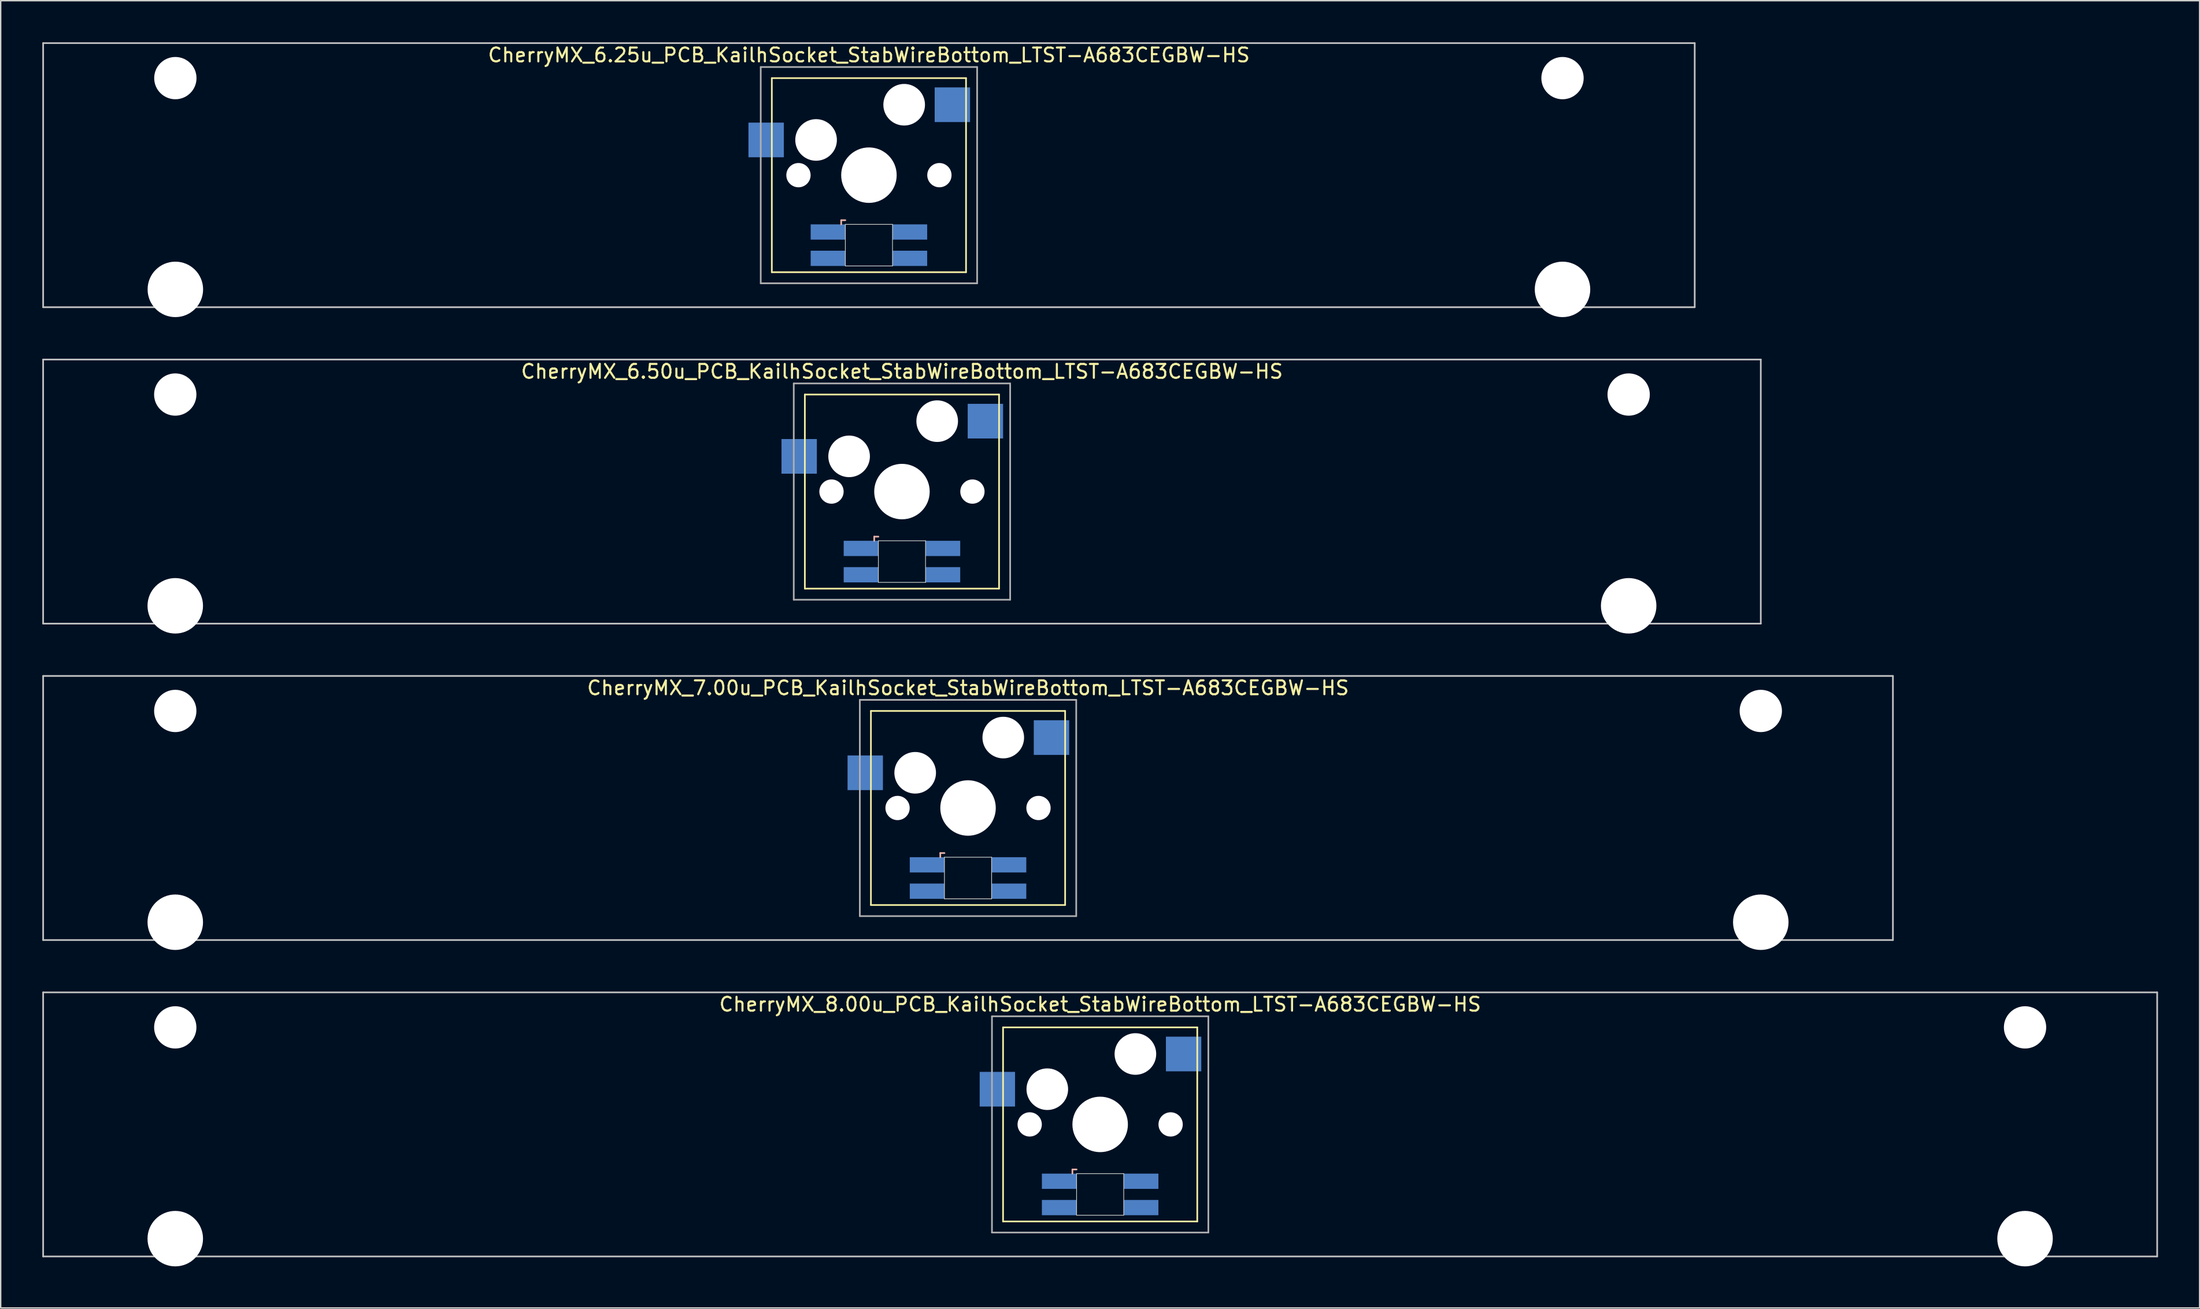
<source format=kicad_pcb>
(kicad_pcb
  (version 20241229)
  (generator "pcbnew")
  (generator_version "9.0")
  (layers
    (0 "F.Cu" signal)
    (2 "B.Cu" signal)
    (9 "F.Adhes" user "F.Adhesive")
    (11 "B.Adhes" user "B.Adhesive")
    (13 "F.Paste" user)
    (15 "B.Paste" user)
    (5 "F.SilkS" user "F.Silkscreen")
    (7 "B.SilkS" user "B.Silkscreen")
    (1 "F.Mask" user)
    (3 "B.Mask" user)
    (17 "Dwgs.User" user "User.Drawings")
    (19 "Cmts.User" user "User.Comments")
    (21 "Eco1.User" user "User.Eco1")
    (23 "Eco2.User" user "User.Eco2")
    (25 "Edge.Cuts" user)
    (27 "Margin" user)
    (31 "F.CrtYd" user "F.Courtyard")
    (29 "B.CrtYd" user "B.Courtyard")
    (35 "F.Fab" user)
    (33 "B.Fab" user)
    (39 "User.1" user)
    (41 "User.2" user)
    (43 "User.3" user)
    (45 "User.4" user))
  (footprint "CherryMX_7.00u_PCB_KailhSocket_StabWireBottom_LTST-A683CEGBW-HS"
    (layer "F.Cu")
    (at 66.735 55.235)
    (property "Reference" "CherryMX_7.00u_PCB_KailhSocket_StabWireBottom_LTST-A683CEGBW-HS" (at 0 -8.662 0) (layer "F.SilkS") (effects (font (size 1 1) (thickness 0.15))))
    (attr through_hole)
    (fp_line (start -7 -7) (end -7 7) (stroke (width 0.12) (type solid)) (layer "F.SilkS"))
    (fp_line (start -7 -7) (end 7 -7) (stroke (width 0.12) (type solid)) (layer "F.SilkS"))
    (fp_line (start 7 -7) (end 7 7) (stroke (width 0.12) (type solid)) (layer "F.SilkS"))
    (fp_line (start 7 7) (end -7 7) (stroke (width 0.12) (type solid)) (layer "F.SilkS"))
    (fp_line (start -2 3.25) (end -2 3.55) (stroke (width 0.12) (type solid)) (layer "B.SilkS"))
    (fp_line (start -1.7 3.25) (end -2 3.25) (stroke (width 0.12) (type solid)) (layer "B.SilkS"))
    (fp_line (start -66.675 -9.525) (end 66.675 -9.525) (stroke (width 0.12) (type solid)) (layer "Dwgs.User"))
    (fp_line (start -66.675 9.525) (end -66.675 -9.525) (stroke (width 0.12) (type solid)) (layer "Dwgs.User"))
    (fp_line (start 66.675 -9.525) (end 66.675 9.525) (stroke (width 0.12) (type solid)) (layer "Dwgs.User"))
    (fp_line (start 66.675 9.525) (end -66.675 9.525) (stroke (width 0.12) (type solid)) (layer "Dwgs.User"))
    (fp_line (start -1.7 3.55) (end 1.7 3.55) (stroke (width 0.05) (type solid)) (layer "Edge.Cuts"))
    (fp_line (start -1.7 6.55) (end -1.7 3.55) (stroke (width 0.05) (type solid)) (layer "Edge.Cuts"))
    (fp_line (start 1.7 3.55) (end 1.7 6.55) (stroke (width 0.05) (type solid)) (layer "Edge.Cuts"))
    (fp_line (start 1.7 6.55) (end -1.7 6.55) (stroke (width 0.05) (type solid)) (layer "Edge.Cuts"))
    (fp_line (start -7.8 -7.8) (end -7.8 7.8) (stroke (width 0.12) (type solid)) (layer "F.Fab"))
    (fp_line (start -7.8 -7.8) (end 7.8 -7.8) (stroke (width 0.12) (type solid)) (layer "F.Fab"))
    (fp_line (start -7.8 7.8) (end 7.8 7.8) (stroke (width 0.12) (type solid)) (layer "F.Fab"))
    (fp_line (start 7.8 -7.8) (end 7.8 7.8) (stroke (width 0.12) (type solid)) (layer "F.Fab"))
    (pad "" np_thru_hole circle (at -57.15 -7) (size 3.05 3.05) (drill 3.05) (layers "*.Cu" "*.Mask"))
    (pad "" np_thru_hole circle (at -57.15 8.24) (size 4 4) (drill 4) (layers "*.Cu" "*.Mask"))
    (pad "" np_thru_hole circle (at -5.08 0) (size 1.75 1.75) (drill 1.75) (layers "*.Cu" "*.Mask"))
    (pad "" np_thru_hole circle (at -3.81 -2.54) (size 3 3) (drill 3) (layers "*.Cu" "*.Mask"))
    (pad "" np_thru_hole circle (at 0 0) (size 4 4) (drill 4) (layers "*.Cu" "*.Mask"))
    (pad "" np_thru_hole circle (at 2.54 -5.08) (size 3 3) (drill 3) (layers "*.Cu" "*.Mask"))
    (pad "" np_thru_hole circle (at 5.08 0) (size 1.75 1.75) (drill 1.75) (layers "*.Cu" "*.Mask"))
    (pad "" np_thru_hole circle (at 57.15 -7) (size 3.05 3.05) (drill 3.05) (layers "*.Cu" "*.Mask"))
    (pad "" np_thru_hole circle (at 57.15 8.24) (size 4 4) (drill 4) (layers "*.Cu" "*.Mask"))
    (pad "1" smd rect (at -7.41 -2.54) (size 2.55 2.5) (layers "B.Cu" "B.Mask" "B.Paste"))
    (pad "2" smd rect (at 6.015 -5.08) (size 2.55 2.5) (layers "B.Cu" "B.Mask" "B.Paste"))
    (pad "3" smd rect (at -2.95 4.1) (size 2.5 1.1) (layers "B.Cu" "B.Mask" "B.Paste"))
    (pad "4" smd rect (at -2.95 6) (size 2.5 1.1) (layers "B.Cu" "B.Mask" "B.Paste"))
    (pad "5" smd rect (at 2.95 4.1) (size 2.5 1.1) (layers "B.Cu" "B.Mask" "B.Paste"))
    (pad "6" smd rect (at 2.95 6) (size 2.5 1.1) (layers "B.Cu" "B.Mask" "B.Paste")))
  (footprint "CherryMX_8.00u_PCB_KailhSocket_StabWireBottom_LTST-A683CEGBW-HS"
    (layer "F.Cu")
    (at 76.26 78.06)
    (property "Reference" "CherryMX_8.00u_PCB_KailhSocket_StabWireBottom_LTST-A683CEGBW-HS" (at 0 -8.662 0) (layer "F.SilkS") (effects (font (size 1 1) (thickness 0.15))))
    (attr through_hole)
    (fp_line (start -7 -7) (end -7 7) (stroke (width 0.12) (type solid)) (layer "F.SilkS"))
    (fp_line (start -7 -7) (end 7 -7) (stroke (width 0.12) (type solid)) (layer "F.SilkS"))
    (fp_line (start 7 -7) (end 7 7) (stroke (width 0.12) (type solid)) (layer "F.SilkS"))
    (fp_line (start 7 7) (end -7 7) (stroke (width 0.12) (type solid)) (layer "F.SilkS"))
    (fp_line (start -2 3.25) (end -2 3.55) (stroke (width 0.12) (type solid)) (layer "B.SilkS"))
    (fp_line (start -1.7 3.25) (end -2 3.25) (stroke (width 0.12) (type solid)) (layer "B.SilkS"))
    (fp_line (start -76.2 -9.525) (end 76.2 -9.525) (stroke (width 0.12) (type solid)) (layer "Dwgs.User"))
    (fp_line (start -76.2 9.525) (end -76.2 -9.525) (stroke (width 0.12) (type solid)) (layer "Dwgs.User"))
    (fp_line (start 76.2 -9.525) (end 76.2 9.525) (stroke (width 0.12) (type solid)) (layer "Dwgs.User"))
    (fp_line (start 76.2 9.525) (end -76.2 9.525) (stroke (width 0.12) (type solid)) (layer "Dwgs.User"))
    (fp_line (start -1.7 3.55) (end 1.7 3.55) (stroke (width 0.05) (type solid)) (layer "Edge.Cuts"))
    (fp_line (start -1.7 6.55) (end -1.7 3.55) (stroke (width 0.05) (type solid)) (layer "Edge.Cuts"))
    (fp_line (start 1.7 3.55) (end 1.7 6.55) (stroke (width 0.05) (type solid)) (layer "Edge.Cuts"))
    (fp_line (start 1.7 6.55) (end -1.7 6.55) (stroke (width 0.05) (type solid)) (layer "Edge.Cuts"))
    (fp_line (start -7.8 -7.8) (end -7.8 7.8) (stroke (width 0.12) (type solid)) (layer "F.Fab"))
    (fp_line (start -7.8 -7.8) (end 7.8 -7.8) (stroke (width 0.12) (type solid)) (layer "F.Fab"))
    (fp_line (start -7.8 7.8) (end 7.8 7.8) (stroke (width 0.12) (type solid)) (layer "F.Fab"))
    (fp_line (start 7.8 -7.8) (end 7.8 7.8) (stroke (width 0.12) (type solid)) (layer "F.Fab"))
    (pad "" np_thru_hole circle (at -66.675 -7) (size 3.05 3.05) (drill 3.05) (layers "*.Cu" "*.Mask"))
    (pad "" np_thru_hole circle (at -66.675 8.24) (size 4 4) (drill 4) (layers "*.Cu" "*.Mask"))
    (pad "" np_thru_hole circle (at -5.08 0) (size 1.75 1.75) (drill 1.75) (layers "*.Cu" "*.Mask"))
    (pad "" np_thru_hole circle (at -3.81 -2.54) (size 3 3) (drill 3) (layers "*.Cu" "*.Mask"))
    (pad "" np_thru_hole circle (at 0 0) (size 4 4) (drill 4) (layers "*.Cu" "*.Mask"))
    (pad "" np_thru_hole circle (at 2.54 -5.08) (size 3 3) (drill 3) (layers "*.Cu" "*.Mask"))
    (pad "" np_thru_hole circle (at 5.08 0) (size 1.75 1.75) (drill 1.75) (layers "*.Cu" "*.Mask"))
    (pad "" np_thru_hole circle (at 66.675 -7) (size 3.05 3.05) (drill 3.05) (layers "*.Cu" "*.Mask"))
    (pad "" np_thru_hole circle (at 66.675 8.24) (size 4 4) (drill 4) (layers "*.Cu" "*.Mask"))
    (pad "1" smd rect (at -7.41 -2.54) (size 2.55 2.5) (layers "B.Cu" "B.Mask" "B.Paste"))
    (pad "2" smd rect (at 6.015 -5.08) (size 2.55 2.5) (layers "B.Cu" "B.Mask" "B.Paste"))
    (pad "3" smd rect (at -2.95 4.1) (size 2.5 1.1) (layers "B.Cu" "B.Mask" "B.Paste"))
    (pad "4" smd rect (at -2.95 6) (size 2.5 1.1) (layers "B.Cu" "B.Mask" "B.Paste"))
    (pad "5" smd rect (at 2.95 4.1) (size 2.5 1.1) (layers "B.Cu" "B.Mask" "B.Paste"))
    (pad "6" smd rect (at 2.95 6) (size 2.5 1.1) (layers "B.Cu" "B.Mask" "B.Paste")))
  (footprint "CherryMX_6.25u_PCB_KailhSocket_StabWireBottom_LTST-A683CEGBW-HS"
    (layer "F.Cu")
    (at 59.591 9.585)
    (property "Reference" "CherryMX_6.25u_PCB_KailhSocket_StabWireBottom_LTST-A683CEGBW-HS" (at 0 -8.662 0) (layer "F.SilkS") (effects (font (size 1 1) (thickness 0.15))))
    (attr through_hole)
    (fp_line (start -7 -7) (end -7 7) (stroke (width 0.12) (type solid)) (layer "F.SilkS"))
    (fp_line (start -7 -7) (end 7 -7) (stroke (width 0.12) (type solid)) (layer "F.SilkS"))
    (fp_line (start 7 -7) (end 7 7) (stroke (width 0.12) (type solid)) (layer "F.SilkS"))
    (fp_line (start 7 7) (end -7 7) (stroke (width 0.12) (type solid)) (layer "F.SilkS"))
    (fp_line (start -2 3.25) (end -2 3.55) (stroke (width 0.12) (type solid)) (layer "B.SilkS"))
    (fp_line (start -1.7 3.25) (end -2 3.25) (stroke (width 0.12) (type solid)) (layer "B.SilkS"))
    (fp_line (start -59.531 -9.525) (end 59.531 -9.525) (stroke (width 0.12) (type solid)) (layer "Dwgs.User"))
    (fp_line (start -59.531 9.525) (end -59.531 -9.525) (stroke (width 0.12) (type solid)) (layer "Dwgs.User"))
    (fp_line (start 59.531 -9.525) (end 59.531 9.525) (stroke (width 0.12) (type solid)) (layer "Dwgs.User"))
    (fp_line (start 59.531 9.525) (end -59.531 9.525) (stroke (width 0.12) (type solid)) (layer "Dwgs.User"))
    (fp_line (start -1.7 3.55) (end 1.7 3.55) (stroke (width 0.05) (type solid)) (layer "Edge.Cuts"))
    (fp_line (start -1.7 6.55) (end -1.7 3.55) (stroke (width 0.05) (type solid)) (layer "Edge.Cuts"))
    (fp_line (start 1.7 3.55) (end 1.7 6.55) (stroke (width 0.05) (type solid)) (layer "Edge.Cuts"))
    (fp_line (start 1.7 6.55) (end -1.7 6.55) (stroke (width 0.05) (type solid)) (layer "Edge.Cuts"))
    (fp_line (start -7.8 -7.8) (end -7.8 7.8) (stroke (width 0.12) (type solid)) (layer "F.Fab"))
    (fp_line (start -7.8 -7.8) (end 7.8 -7.8) (stroke (width 0.12) (type solid)) (layer "F.Fab"))
    (fp_line (start -7.8 7.8) (end 7.8 7.8) (stroke (width 0.12) (type solid)) (layer "F.Fab"))
    (fp_line (start 7.8 -7.8) (end 7.8 7.8) (stroke (width 0.12) (type solid)) (layer "F.Fab"))
    (pad "" np_thru_hole circle (at -50 -7) (size 3.05 3.05) (drill 3.05) (layers "*.Cu" "*.Mask"))
    (pad "" np_thru_hole circle (at -50 8.24) (size 4 4) (drill 4) (layers "*.Cu" "*.Mask"))
    (pad "" np_thru_hole circle (at -5.08 0) (size 1.75 1.75) (drill 1.75) (layers "*.Cu" "*.Mask"))
    (pad "" np_thru_hole circle (at -3.81 -2.54) (size 3 3) (drill 3) (layers "*.Cu" "*.Mask"))
    (pad "" np_thru_hole circle (at 0 0) (size 4 4) (drill 4) (layers "*.Cu" "*.Mask"))
    (pad "" np_thru_hole circle (at 2.54 -5.08) (size 3 3) (drill 3) (layers "*.Cu" "*.Mask"))
    (pad "" np_thru_hole circle (at 5.08 0) (size 1.75 1.75) (drill 1.75) (layers "*.Cu" "*.Mask"))
    (pad "" np_thru_hole circle (at 50 -7) (size 3.05 3.05) (drill 3.05) (layers "*.Cu" "*.Mask"))
    (pad "" np_thru_hole circle (at 50 8.24) (size 4 4) (drill 4) (layers "*.Cu" "*.Mask"))
    (pad "1" smd rect (at -7.41 -2.54) (size 2.55 2.5) (layers "B.Cu" "B.Mask" "B.Paste"))
    (pad "2" smd rect (at 6.015 -5.08) (size 2.55 2.5) (layers "B.Cu" "B.Mask" "B.Paste"))
    (pad "3" smd rect (at -2.95 4.1) (size 2.5 1.1) (layers "B.Cu" "B.Mask" "B.Paste"))
    (pad "4" smd rect (at -2.95 6) (size 2.5 1.1) (layers "B.Cu" "B.Mask" "B.Paste"))
    (pad "5" smd rect (at 2.95 4.1) (size 2.5 1.1) (layers "B.Cu" "B.Mask" "B.Paste"))
    (pad "6" smd rect (at 2.95 6) (size 2.5 1.1) (layers "B.Cu" "B.Mask" "B.Paste")))
  (footprint "CherryMX_6.50u_PCB_KailhSocket_StabWireBottom_LTST-A683CEGBW-HS"
    (layer "F.Cu")
    (at 61.972 32.41)
    (property "Reference" "CherryMX_6.50u_PCB_KailhSocket_StabWireBottom_LTST-A683CEGBW-HS" (at 0 -8.662 0) (layer "F.SilkS") (effects (font (size 1 1) (thickness 0.15))))
    (attr through_hole)
    (fp_line (start -7 -7) (end -7 7) (stroke (width 0.12) (type solid)) (layer "F.SilkS"))
    (fp_line (start -7 -7) (end 7 -7) (stroke (width 0.12) (type solid)) (layer "F.SilkS"))
    (fp_line (start 7 -7) (end 7 7) (stroke (width 0.12) (type solid)) (layer "F.SilkS"))
    (fp_line (start 7 7) (end -7 7) (stroke (width 0.12) (type solid)) (layer "F.SilkS"))
    (fp_line (start -2 3.25) (end -2 3.55) (stroke (width 0.12) (type solid)) (layer "B.SilkS"))
    (fp_line (start -1.7 3.25) (end -2 3.25) (stroke (width 0.12) (type solid)) (layer "B.SilkS"))
    (fp_line (start -61.913 -9.525) (end 61.913 -9.525) (stroke (width 0.12) (type solid)) (layer "Dwgs.User"))
    (fp_line (start -61.913 9.525) (end -61.913 -9.525) (stroke (width 0.12) (type solid)) (layer "Dwgs.User"))
    (fp_line (start 61.913 -9.525) (end 61.913 9.525) (stroke (width 0.12) (type solid)) (layer "Dwgs.User"))
    (fp_line (start 61.913 9.525) (end -61.913 9.525) (stroke (width 0.12) (type solid)) (layer "Dwgs.User"))
    (fp_line (start -1.7 3.55) (end 1.7 3.55) (stroke (width 0.05) (type solid)) (layer "Edge.Cuts"))
    (fp_line (start -1.7 6.55) (end -1.7 3.55) (stroke (width 0.05) (type solid)) (layer "Edge.Cuts"))
    (fp_line (start 1.7 3.55) (end 1.7 6.55) (stroke (width 0.05) (type solid)) (layer "Edge.Cuts"))
    (fp_line (start 1.7 6.55) (end -1.7 6.55) (stroke (width 0.05) (type solid)) (layer "Edge.Cuts"))
    (fp_line (start -7.8 -7.8) (end -7.8 7.8) (stroke (width 0.12) (type solid)) (layer "F.Fab"))
    (fp_line (start -7.8 -7.8) (end 7.8 -7.8) (stroke (width 0.12) (type solid)) (layer "F.Fab"))
    (fp_line (start -7.8 7.8) (end 7.8 7.8) (stroke (width 0.12) (type solid)) (layer "F.Fab"))
    (fp_line (start 7.8 -7.8) (end 7.8 7.8) (stroke (width 0.12) (type solid)) (layer "F.Fab"))
    (pad "" np_thru_hole circle (at -52.388 -7) (size 3.05 3.05) (drill 3.05) (layers "*.Cu" "*.Mask"))
    (pad "" np_thru_hole circle (at -52.388 8.24) (size 4 4) (drill 4) (layers "*.Cu" "*.Mask"))
    (pad "" np_thru_hole circle (at -5.08 0) (size 1.75 1.75) (drill 1.75) (layers "*.Cu" "*.Mask"))
    (pad "" np_thru_hole circle (at -3.81 -2.54) (size 3 3) (drill 3) (layers "*.Cu" "*.Mask"))
    (pad "" np_thru_hole circle (at 0 0) (size 4 4) (drill 4) (layers "*.Cu" "*.Mask"))
    (pad "" np_thru_hole circle (at 2.54 -5.08) (size 3 3) (drill 3) (layers "*.Cu" "*.Mask"))
    (pad "" np_thru_hole circle (at 5.08 0) (size 1.75 1.75) (drill 1.75) (layers "*.Cu" "*.Mask"))
    (pad "" np_thru_hole circle (at 52.388 -7) (size 3.05 3.05) (drill 3.05) (layers "*.Cu" "*.Mask"))
    (pad "" np_thru_hole circle (at 52.388 8.24) (size 4 4) (drill 4) (layers "*.Cu" "*.Mask"))
    (pad "1" smd rect (at -7.41 -2.54) (size 2.55 2.5) (layers "B.Cu" "B.Mask" "B.Paste"))
    (pad "2" smd rect (at 6.015 -5.08) (size 2.55 2.5) (layers "B.Cu" "B.Mask" "B.Paste"))
    (pad "3" smd rect (at -2.95 4.1) (size 2.5 1.1) (layers "B.Cu" "B.Mask" "B.Paste"))
    (pad "4" smd rect (at -2.95 6) (size 2.5 1.1) (layers "B.Cu" "B.Mask" "B.Paste"))
    (pad "5" smd rect (at 2.95 4.1) (size 2.5 1.1) (layers "B.Cu" "B.Mask" "B.Paste"))
    (pad "6" smd rect (at 2.95 6) (size 2.5 1.1) (layers "B.Cu" "B.Mask" "B.Paste")))
  (gr_rect
    (start -3 -3)
    (end 155.52 91.3)
    (stroke (width 0.1) (type default))
    (fill no)
    (layer "Edge.Cuts")))
</source>
